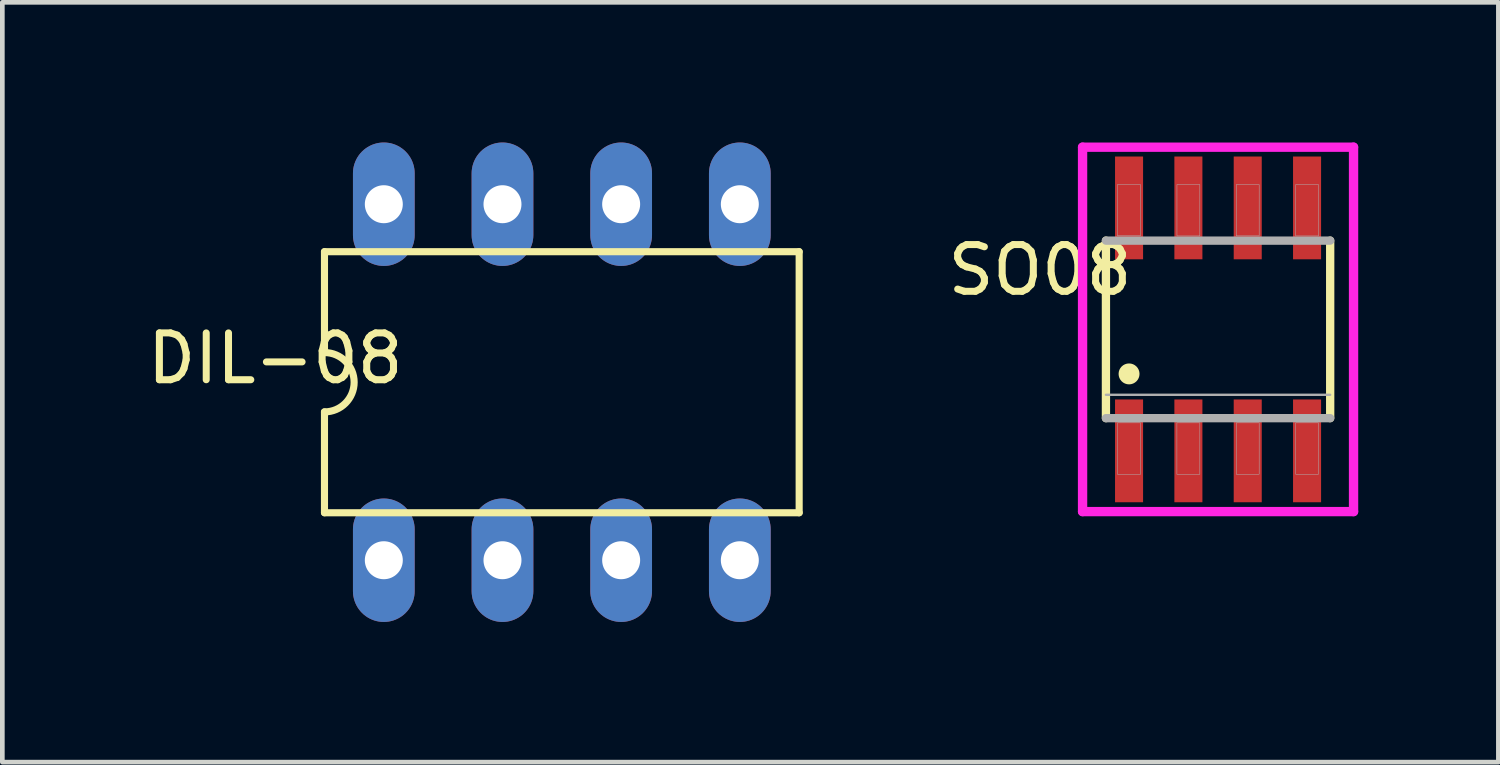
<source format=kicad_pcb>
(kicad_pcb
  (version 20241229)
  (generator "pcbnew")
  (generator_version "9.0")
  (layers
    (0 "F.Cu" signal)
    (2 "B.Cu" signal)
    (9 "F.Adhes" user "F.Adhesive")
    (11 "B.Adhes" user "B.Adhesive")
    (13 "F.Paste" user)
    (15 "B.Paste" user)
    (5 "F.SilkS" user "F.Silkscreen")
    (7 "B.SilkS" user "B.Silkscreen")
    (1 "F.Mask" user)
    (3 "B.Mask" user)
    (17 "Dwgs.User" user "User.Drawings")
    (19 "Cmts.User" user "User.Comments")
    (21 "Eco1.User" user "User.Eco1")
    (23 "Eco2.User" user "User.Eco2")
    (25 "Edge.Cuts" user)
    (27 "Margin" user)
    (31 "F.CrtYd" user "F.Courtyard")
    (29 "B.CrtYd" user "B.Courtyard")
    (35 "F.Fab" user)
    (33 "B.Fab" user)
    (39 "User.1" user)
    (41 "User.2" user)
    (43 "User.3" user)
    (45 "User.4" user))
  (footprint "DIL-08"
    (layer "F.Cu")
    (at 8.975 5.131)
    (property "Reference" "DIL-08" (at -6.132 -0.509 180) (layer "F.SilkS") (effects (font (size 1.002 1.002) (thickness 0.15))))
    (attr through_hole)
    (fp_line (start -5.08 -2.794) (end -5.08 -0.635) (stroke (width 0.152) (type solid)) (layer "F.SilkS"))
    (fp_line (start -5.08 0.635) (end -5.08 2.794) (stroke (width 0.152) (type solid)) (layer "F.SilkS"))
    (fp_line (start -5.08 2.794) (end 5.08 2.794) (stroke (width 0.152) (type solid)) (layer "F.SilkS"))
    (fp_line (start 5.08 -2.794) (end -5.08 -2.794) (stroke (width 0.152) (type solid)) (layer "F.SilkS"))
    (fp_line (start 5.08 2.794) (end 5.08 -2.794) (stroke (width 0.152) (type solid)) (layer "F.SilkS"))
    (fp_arc (start -5.08 -0.635) (mid -4.445 0) (end -5.08 0.635) (stroke (width 0.1524) (type solid)) (layer "F.SilkS"))
    (pad "1" thru_hole oval (at -3.81 3.81) (size 1.321 2.642) (drill 0.813) (layers "*.Cu" "*.Mask"))
    (pad "2" thru_hole oval (at -1.27 3.81) (size 1.321 2.642) (drill 0.813) (layers "*.Cu" "*.Mask"))
    (pad "3" thru_hole oval (at 1.27 3.81) (size 1.321 2.642) (drill 0.813) (layers "*.Cu" "*.Mask"))
    (pad "4" thru_hole oval (at 3.81 3.81) (size 1.321 2.642) (drill 0.813) (layers "*.Cu" "*.Mask"))
    (pad "5" thru_hole oval (at 3.81 -3.81) (size 1.321 2.642) (drill 0.813) (layers "*.Cu" "*.Mask"))
    (pad "6" thru_hole oval (at 1.27 -3.81) (size 1.321 2.642) (drill 0.813) (layers "*.Cu" "*.Mask"))
    (pad "7" thru_hole oval (at -1.27 -3.81) (size 1.321 2.642) (drill 0.813) (layers "*.Cu" "*.Mask"))
    (pad "8" thru_hole oval (at -3.81 -3.81) (size 1.321 2.642) (drill 0.813) (layers "*.Cu" "*.Mask")))
  (footprint "SO08"
    (layer "F.Cu")
    (at 23.021 4)
    (property "Reference" "SO08" (at -3.811 -1.27 180) (layer "F.SilkS") (effects (font (size 1 1) (thickness 0.15))))
    (attr smd)
    (fp_line (start -2.4 1.9) (end -2.4 -1.9) (stroke (width 0.178) (type solid)) (layer "F.SilkS"))
    (fp_line (start 2.4 -1.9) (end 2.4 1.9) (stroke (width 0.178) (type solid)) (layer "F.SilkS"))
    (fp_circle (center -1.905 0.953) (end -1.681 0.953) (stroke (width 0) (type solid)) (fill yes) (layer "F.SilkS"))
    (fp_line (start -2.9 -3.9) (end 2.9 -3.9) (stroke (width 0.2) (type solid)) (layer "F.CrtYd"))
    (fp_line (start -2.9 3.9) (end -2.9 -3.9) (stroke (width 0.2) (type solid)) (layer "F.CrtYd"))
    (fp_line (start 2.9 -3.9) (end 2.9 3.9) (stroke (width 0.2) (type solid)) (layer "F.CrtYd"))
    (fp_line (start 2.9 3.9) (end -2.9 3.9) (stroke (width 0.2) (type solid)) (layer "F.CrtYd"))
    (fp_line (start -2.4 -1.9) (end 2.4 -1.9) (stroke (width 0.178) (type solid)) (layer "F.Fab"))
    (fp_line (start 2.4 1.4) (end -2.4 1.4) (stroke (width 0.051) (type solid)) (layer "F.Fab"))
    (fp_line (start 2.4 1.9) (end -2.4 1.9) (stroke (width 0.178) (type solid)) (layer "F.Fab"))
    (fp_poly (pts (xy -2.154 -3.1) (xy -1.66 -3.1) (xy -1.66 -2.003) (xy -2.154 -2.003)) (stroke (width 0.01) (type solid)) (fill no) (layer "F.Fab"))
    (fp_poly (pts (xy -2.152 2) (xy -1.66 2) (xy -1.66 3.103) (xy -2.152 3.103)) (stroke (width 0.01) (type solid)) (fill no) (layer "F.Fab"))
    (fp_poly (pts (xy -0.881 2) (xy -0.39 2) (xy -0.39 3.102) (xy -0.881 3.102)) (stroke (width 0.01) (type solid)) (fill no) (layer "F.Fab"))
    (fp_poly (pts (xy -0.88 -3.1) (xy -0.39 -3.1) (xy -0.39 -2.001) (xy -0.88 -2.001)) (stroke (width 0.01) (type solid)) (fill no) (layer "F.Fab"))
    (fp_poly (pts (xy 0.39 2) (xy 0.88 2) (xy 0.88 3.1) (xy 0.39 3.1)) (stroke (width 0.01) (type solid)) (fill no) (layer "F.Fab"))
    (fp_poly (pts (xy 0.39 -3.1) (xy 0.88 -3.1) (xy 0.88 -2.002) (xy 0.39 -2.002)) (stroke (width 0.01) (type solid)) (fill no) (layer "F.Fab"))
    (fp_poly (pts (xy 1.66 2) (xy 2.15 2) (xy 2.15 3.101) (xy 1.66 3.101)) (stroke (width 0.01) (type solid)) (fill no) (layer "F.Fab"))
    (fp_poly (pts (xy 1.661 -3.1) (xy 2.15 -3.1) (xy 2.15 -2.001) (xy 1.661 -2.001)) (stroke (width 0.01) (type solid)) (fill no) (layer "F.Fab"))
    (pad "1" smd rect (at -1.905 2.6) (size 0.6 2.2) (layers "F.Cu" "F.Mask" "F.Paste"))
    (pad "2" smd rect (at -0.635 2.6) (size 0.6 2.2) (layers "F.Cu" "F.Mask" "F.Paste"))
    (pad "3" smd rect (at 0.635 2.6) (size 0.6 2.2) (layers "F.Cu" "F.Mask" "F.Paste"))
    (pad "4" smd rect (at 1.905 2.6) (size 0.6 2.2) (layers "F.Cu" "F.Mask" "F.Paste"))
    (pad "5" smd rect (at 1.905 -2.6) (size 0.6 2.2) (layers "F.Cu" "F.Mask" "F.Paste"))
    (pad "6" smd rect (at 0.635 -2.6) (size 0.6 2.2) (layers "F.Cu" "F.Mask" "F.Paste"))
    (pad "7" smd rect (at -0.635 -2.6) (size 0.6 2.2) (layers "F.Cu" "F.Mask" "F.Paste"))
    (pad "8" smd rect (at -1.905 -2.6) (size 0.6 2.2) (layers "F.Cu" "F.Mask" "F.Paste")))
  (gr_rect
    (start -3 -3)
    (end 29.021 13.262)
    (stroke (width 0.1) (type default))
    (fill no)
    (layer "Edge.Cuts")))
</source>
